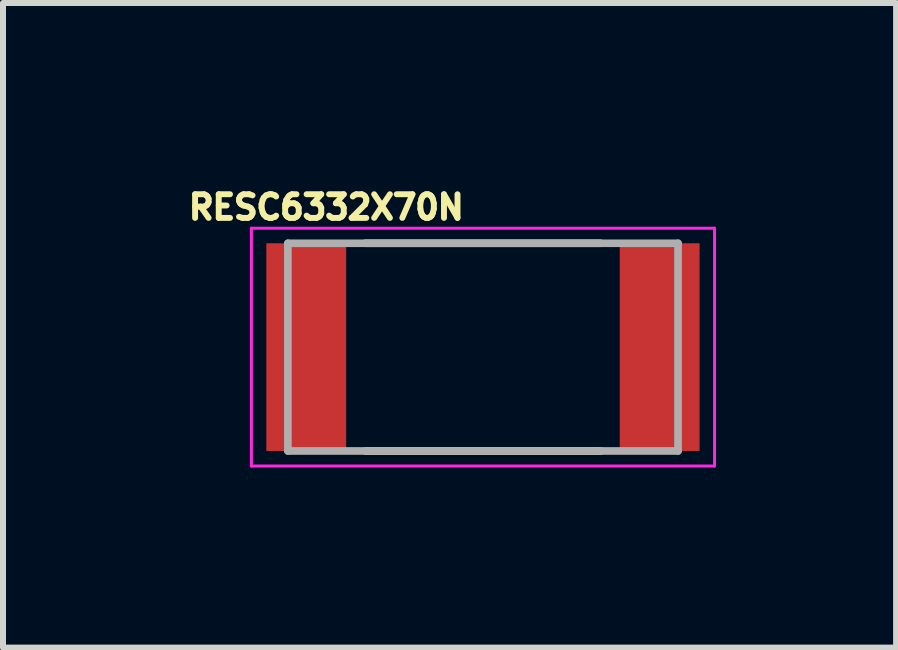
<source format=kicad_pcb>
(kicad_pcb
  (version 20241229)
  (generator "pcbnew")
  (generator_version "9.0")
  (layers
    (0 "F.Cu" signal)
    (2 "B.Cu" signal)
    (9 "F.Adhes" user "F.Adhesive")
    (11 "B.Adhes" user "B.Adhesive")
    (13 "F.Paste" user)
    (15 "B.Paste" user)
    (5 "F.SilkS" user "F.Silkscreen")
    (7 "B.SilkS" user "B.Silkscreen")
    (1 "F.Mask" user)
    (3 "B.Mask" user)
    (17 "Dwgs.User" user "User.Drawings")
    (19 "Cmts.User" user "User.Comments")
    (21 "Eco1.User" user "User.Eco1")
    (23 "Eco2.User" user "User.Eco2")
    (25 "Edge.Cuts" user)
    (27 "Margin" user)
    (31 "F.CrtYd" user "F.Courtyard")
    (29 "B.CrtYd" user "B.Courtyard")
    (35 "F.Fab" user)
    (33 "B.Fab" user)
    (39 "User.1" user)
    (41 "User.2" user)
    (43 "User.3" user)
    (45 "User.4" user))
  (footprint "RESC6332X70N"
    (layer "F.Cu")
    (at 4.996 2.733)
    (property "Reference" "RESC6332X70N" (at -2.61 -2.33 0) (layer "F.SilkS") (effects (font (size 0.394 0.394) (thickness 0.15))))
    (attr smd)
    (fp_line (start -1.96 -1.73) (end 1.96 -1.73) (stroke (width 0.127) (type solid)) (layer "F.SilkS"))
    (fp_line (start -1.96 1.73) (end 1.96 1.73) (stroke (width 0.127) (type solid)) (layer "F.SilkS"))
    (fp_line (start -3.858 -1.981) (end 3.858 -1.981) (stroke (width 0.05) (type solid)) (layer "F.CrtYd"))
    (fp_line (start -3.858 1.981) (end -3.858 -1.981) (stroke (width 0.05) (type solid)) (layer "F.CrtYd"))
    (fp_line (start -3.858 1.981) (end 3.858 1.981) (stroke (width 0.05) (type solid)) (layer "F.CrtYd"))
    (fp_line (start 3.858 1.981) (end 3.858 -1.981) (stroke (width 0.05) (type solid)) (layer "F.CrtYd"))
    (fp_line (start -3.25 1.73) (end -3.25 -1.73) (stroke (width 0.127) (type solid)) (layer "F.Fab"))
    (fp_line (start 3.25 -1.73) (end -3.25 -1.73) (stroke (width 0.127) (type solid)) (layer "F.Fab"))
    (fp_line (start 3.25 1.73) (end -3.25 1.73) (stroke (width 0.127) (type solid)) (layer "F.Fab"))
    (fp_line (start 3.25 1.73) (end 3.25 -1.73) (stroke (width 0.127) (type solid)) (layer "F.Fab"))
    (pad "1" smd rect (at -2.944 0) (size 1.33 3.46) (layers "F.Cu" "F.Mask" "F.Paste"))
    (pad "2" smd rect (at 2.944 0) (size 1.33 3.46) (layers "F.Cu" "F.Mask" "F.Paste")))
  (gr_rect
    (start -3 -3)
    (end 11.879 7.739)
    (stroke (width 0.1) (type default))
    (fill no)
    (layer "Edge.Cuts")))
</source>
